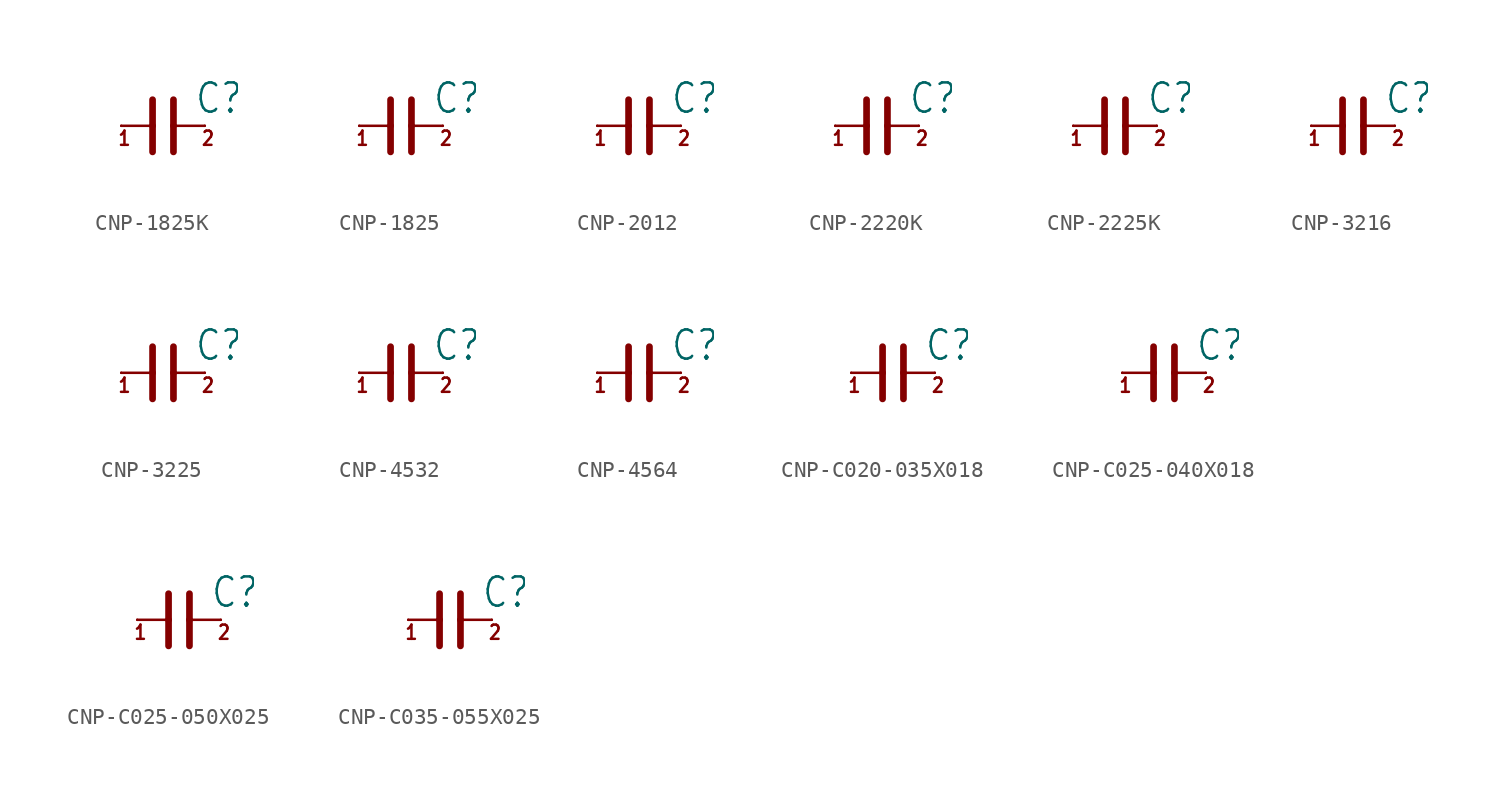
<source format=kicad_sym>
(kicad_symbol_lib
  (version 20220914)
  (generator kicad_symbol_editor)
  (symbol "CNP-1825K"
    (property "Reference" "C"
      (at 1.905 0.635 0)
      (effects (font (size 1.778 1.511)) (justify left bottom)))
    (property "Value" ""
      (at -5.08 -4.128 0)
      (effects (font (size 1.778 1.511)) (justify left bottom)))
    (property "ki_locked" ""
      (at 0 0 0)
      (effects (font (size 1.27 1.27))))
    (symbol "CNP-1825K_1_0"
      (polyline (pts (xy -2.54 0) (xy -0.635 0)) (stroke (width 0.152) (type solid)) (fill (type none)))
      (polyline (pts (xy -0.635 0) (xy -0.635 -1.587)) (stroke (width 0.406) (type solid)) (fill (type none)))
      (polyline (pts (xy -0.635 1.587) (xy -0.635 0)) (stroke (width 0.406) (type solid)) (fill (type none)))
      (polyline (pts (xy 0.635 0) (xy 0.635 -1.587)) (stroke (width 0.406) (type solid)) (fill (type none)))
      (polyline (pts (xy 0.635 1.587) (xy 0.635 0)) (stroke (width 0.406) (type solid)) (fill (type none)))
      (polyline (pts (xy 2.54 0) (xy 0.635 0)) (stroke (width 0.152) (type solid)) (fill (type none)))
      (text "1" (at -2.794 -1.27 0) (effects (font (size 0.864 0.734)) (justify left bottom)))
      (text "2" (at 2.286 -1.27 0) (effects (font (size 0.864 0.734)) (justify left bottom)))
      (pin passive line (at -2.54 0 0) (length 0) (name "1" (effects (font (size 0 0)))) (number "1" (effects (font (size 0 0)))))
      (pin passive line (at 2.54 0 180) (length 0) (name "2" (effects (font (size 0 0)))) (number "2" (effects (font (size 0 0)))))))
  (symbol "CNP-1825"
    (property "Reference" "C"
      (at 1.905 0.635 0)
      (effects (font (size 1.778 1.511)) (justify left bottom)))
    (property "Value" ""
      (at -5.08 -4.128 0)
      (effects (font (size 1.778 1.511)) (justify left bottom)))
    (property "ki_locked" ""
      (at 0 0 0)
      (effects (font (size 1.27 1.27))))
    (symbol "CNP-1825_1_0"
      (polyline (pts (xy -2.54 0) (xy -0.635 0)) (stroke (width 0.152) (type solid)) (fill (type none)))
      (polyline (pts (xy -0.635 0) (xy -0.635 -1.587)) (stroke (width 0.406) (type solid)) (fill (type none)))
      (polyline (pts (xy -0.635 1.587) (xy -0.635 0)) (stroke (width 0.406) (type solid)) (fill (type none)))
      (polyline (pts (xy 0.635 0) (xy 0.635 -1.587)) (stroke (width 0.406) (type solid)) (fill (type none)))
      (polyline (pts (xy 0.635 1.587) (xy 0.635 0)) (stroke (width 0.406) (type solid)) (fill (type none)))
      (polyline (pts (xy 2.54 0) (xy 0.635 0)) (stroke (width 0.152) (type solid)) (fill (type none)))
      (text "1" (at -2.794 -1.27 0) (effects (font (size 0.864 0.734)) (justify left bottom)))
      (text "2" (at 2.286 -1.27 0) (effects (font (size 0.864 0.734)) (justify left bottom)))
      (pin passive line (at -2.54 0 0) (length 0) (name "1" (effects (font (size 0 0)))) (number "1" (effects (font (size 0 0)))))
      (pin passive line (at 2.54 0 180) (length 0) (name "2" (effects (font (size 0 0)))) (number "2" (effects (font (size 0 0)))))))
  (symbol "CNP-2012"
    (property "Reference" "C"
      (at 1.905 0.635 0)
      (effects (font (size 1.778 1.511)) (justify left bottom)))
    (property "Value" ""
      (at -5.08 -4.128 0)
      (effects (font (size 1.778 1.511)) (justify left bottom)))
    (property "ki_locked" ""
      (at 0 0 0)
      (effects (font (size 1.27 1.27))))
    (symbol "CNP-2012_1_0"
      (polyline (pts (xy -2.54 0) (xy -0.635 0)) (stroke (width 0.152) (type solid)) (fill (type none)))
      (polyline (pts (xy -0.635 0) (xy -0.635 -1.587)) (stroke (width 0.406) (type solid)) (fill (type none)))
      (polyline (pts (xy -0.635 1.587) (xy -0.635 0)) (stroke (width 0.406) (type solid)) (fill (type none)))
      (polyline (pts (xy 0.635 0) (xy 0.635 -1.587)) (stroke (width 0.406) (type solid)) (fill (type none)))
      (polyline (pts (xy 0.635 1.587) (xy 0.635 0)) (stroke (width 0.406) (type solid)) (fill (type none)))
      (polyline (pts (xy 2.54 0) (xy 0.635 0)) (stroke (width 0.152) (type solid)) (fill (type none)))
      (text "1" (at -2.794 -1.27 0) (effects (font (size 0.864 0.734)) (justify left bottom)))
      (text "2" (at 2.286 -1.27 0) (effects (font (size 0.864 0.734)) (justify left bottom)))
      (pin passive line (at -2.54 0 0) (length 0) (name "1" (effects (font (size 0 0)))) (number "1" (effects (font (size 0 0)))))
      (pin passive line (at 2.54 0 180) (length 0) (name "2" (effects (font (size 0 0)))) (number "2" (effects (font (size 0 0)))))))
  (symbol "CNP-2220K"
    (property "Reference" "C"
      (at 1.905 0.635 0)
      (effects (font (size 1.778 1.511)) (justify left bottom)))
    (property "Value" ""
      (at -5.08 -4.128 0)
      (effects (font (size 1.778 1.511)) (justify left bottom)))
    (property "ki_locked" ""
      (at 0 0 0)
      (effects (font (size 1.27 1.27))))
    (symbol "CNP-2220K_1_0"
      (polyline (pts (xy -2.54 0) (xy -0.635 0)) (stroke (width 0.152) (type solid)) (fill (type none)))
      (polyline (pts (xy -0.635 0) (xy -0.635 -1.587)) (stroke (width 0.406) (type solid)) (fill (type none)))
      (polyline (pts (xy -0.635 1.587) (xy -0.635 0)) (stroke (width 0.406) (type solid)) (fill (type none)))
      (polyline (pts (xy 0.635 0) (xy 0.635 -1.587)) (stroke (width 0.406) (type solid)) (fill (type none)))
      (polyline (pts (xy 0.635 1.587) (xy 0.635 0)) (stroke (width 0.406) (type solid)) (fill (type none)))
      (polyline (pts (xy 2.54 0) (xy 0.635 0)) (stroke (width 0.152) (type solid)) (fill (type none)))
      (text "1" (at -2.794 -1.27 0) (effects (font (size 0.864 0.734)) (justify left bottom)))
      (text "2" (at 2.286 -1.27 0) (effects (font (size 0.864 0.734)) (justify left bottom)))
      (pin passive line (at -2.54 0 0) (length 0) (name "1" (effects (font (size 0 0)))) (number "1" (effects (font (size 0 0)))))
      (pin passive line (at 2.54 0 180) (length 0) (name "2" (effects (font (size 0 0)))) (number "2" (effects (font (size 0 0)))))))
  (symbol "CNP-2225K"
    (property "Reference" "C"
      (at 1.905 0.635 0)
      (effects (font (size 1.778 1.511)) (justify left bottom)))
    (property "Value" ""
      (at -5.08 -4.128 0)
      (effects (font (size 1.778 1.511)) (justify left bottom)))
    (property "ki_locked" ""
      (at 0 0 0)
      (effects (font (size 1.27 1.27))))
    (symbol "CNP-2225K_1_0"
      (polyline (pts (xy -2.54 0) (xy -0.635 0)) (stroke (width 0.152) (type solid)) (fill (type none)))
      (polyline (pts (xy -0.635 0) (xy -0.635 -1.587)) (stroke (width 0.406) (type solid)) (fill (type none)))
      (polyline (pts (xy -0.635 1.587) (xy -0.635 0)) (stroke (width 0.406) (type solid)) (fill (type none)))
      (polyline (pts (xy 0.635 0) (xy 0.635 -1.587)) (stroke (width 0.406) (type solid)) (fill (type none)))
      (polyline (pts (xy 0.635 1.587) (xy 0.635 0)) (stroke (width 0.406) (type solid)) (fill (type none)))
      (polyline (pts (xy 2.54 0) (xy 0.635 0)) (stroke (width 0.152) (type solid)) (fill (type none)))
      (text "1" (at -2.794 -1.27 0) (effects (font (size 0.864 0.734)) (justify left bottom)))
      (text "2" (at 2.286 -1.27 0) (effects (font (size 0.864 0.734)) (justify left bottom)))
      (pin passive line (at -2.54 0 0) (length 0) (name "1" (effects (font (size 0 0)))) (number "1" (effects (font (size 0 0)))))
      (pin passive line (at 2.54 0 180) (length 0) (name "2" (effects (font (size 0 0)))) (number "2" (effects (font (size 0 0)))))))
  (symbol "CNP-3216"
    (property "Reference" "C"
      (at 1.905 0.635 0)
      (effects (font (size 1.778 1.511)) (justify left bottom)))
    (property "Value" ""
      (at -5.08 -4.128 0)
      (effects (font (size 1.778 1.511)) (justify left bottom)))
    (property "ki_locked" ""
      (at 0 0 0)
      (effects (font (size 1.27 1.27))))
    (symbol "CNP-3216_1_0"
      (polyline (pts (xy -2.54 0) (xy -0.635 0)) (stroke (width 0.152) (type solid)) (fill (type none)))
      (polyline (pts (xy -0.635 0) (xy -0.635 -1.587)) (stroke (width 0.406) (type solid)) (fill (type none)))
      (polyline (pts (xy -0.635 1.587) (xy -0.635 0)) (stroke (width 0.406) (type solid)) (fill (type none)))
      (polyline (pts (xy 0.635 0) (xy 0.635 -1.587)) (stroke (width 0.406) (type solid)) (fill (type none)))
      (polyline (pts (xy 0.635 1.587) (xy 0.635 0)) (stroke (width 0.406) (type solid)) (fill (type none)))
      (polyline (pts (xy 2.54 0) (xy 0.635 0)) (stroke (width 0.152) (type solid)) (fill (type none)))
      (text "1" (at -2.794 -1.27 0) (effects (font (size 0.864 0.734)) (justify left bottom)))
      (text "2" (at 2.286 -1.27 0) (effects (font (size 0.864 0.734)) (justify left bottom)))
      (pin passive line (at -2.54 0 0) (length 0) (name "1" (effects (font (size 0 0)))) (number "1" (effects (font (size 0 0)))))
      (pin passive line (at 2.54 0 180) (length 0) (name "2" (effects (font (size 0 0)))) (number "2" (effects (font (size 0 0)))))))
  (symbol "CNP-3225"
    (property "Reference" "C"
      (at 1.905 0.635 0)
      (effects (font (size 1.778 1.511)) (justify left bottom)))
    (property "Value" ""
      (at -5.08 -4.128 0)
      (effects (font (size 1.778 1.511)) (justify left bottom)))
    (property "ki_locked" ""
      (at 0 0 0)
      (effects (font (size 1.27 1.27))))
    (symbol "CNP-3225_1_0"
      (polyline (pts (xy -2.54 0) (xy -0.635 0)) (stroke (width 0.152) (type solid)) (fill (type none)))
      (polyline (pts (xy -0.635 0) (xy -0.635 -1.587)) (stroke (width 0.406) (type solid)) (fill (type none)))
      (polyline (pts (xy -0.635 1.587) (xy -0.635 0)) (stroke (width 0.406) (type solid)) (fill (type none)))
      (polyline (pts (xy 0.635 0) (xy 0.635 -1.587)) (stroke (width 0.406) (type solid)) (fill (type none)))
      (polyline (pts (xy 0.635 1.587) (xy 0.635 0)) (stroke (width 0.406) (type solid)) (fill (type none)))
      (polyline (pts (xy 2.54 0) (xy 0.635 0)) (stroke (width 0.152) (type solid)) (fill (type none)))
      (text "1" (at -2.794 -1.27 0) (effects (font (size 0.864 0.734)) (justify left bottom)))
      (text "2" (at 2.286 -1.27 0) (effects (font (size 0.864 0.734)) (justify left bottom)))
      (pin passive line (at -2.54 0 0) (length 0) (name "1" (effects (font (size 0 0)))) (number "1" (effects (font (size 0 0)))))
      (pin passive line (at 2.54 0 180) (length 0) (name "2" (effects (font (size 0 0)))) (number "2" (effects (font (size 0 0)))))))
  (symbol "CNP-4532"
    (property "Reference" "C"
      (at 1.905 0.635 0)
      (effects (font (size 1.778 1.511)) (justify left bottom)))
    (property "Value" ""
      (at -5.08 -4.128 0)
      (effects (font (size 1.778 1.511)) (justify left bottom)))
    (property "ki_locked" ""
      (at 0 0 0)
      (effects (font (size 1.27 1.27))))
    (symbol "CNP-4532_1_0"
      (polyline (pts (xy -2.54 0) (xy -0.635 0)) (stroke (width 0.152) (type solid)) (fill (type none)))
      (polyline (pts (xy -0.635 0) (xy -0.635 -1.587)) (stroke (width 0.406) (type solid)) (fill (type none)))
      (polyline (pts (xy -0.635 1.587) (xy -0.635 0)) (stroke (width 0.406) (type solid)) (fill (type none)))
      (polyline (pts (xy 0.635 0) (xy 0.635 -1.587)) (stroke (width 0.406) (type solid)) (fill (type none)))
      (polyline (pts (xy 0.635 1.587) (xy 0.635 0)) (stroke (width 0.406) (type solid)) (fill (type none)))
      (polyline (pts (xy 2.54 0) (xy 0.635 0)) (stroke (width 0.152) (type solid)) (fill (type none)))
      (text "1" (at -2.794 -1.27 0) (effects (font (size 0.864 0.734)) (justify left bottom)))
      (text "2" (at 2.286 -1.27 0) (effects (font (size 0.864 0.734)) (justify left bottom)))
      (pin passive line (at -2.54 0 0) (length 0) (name "1" (effects (font (size 0 0)))) (number "1" (effects (font (size 0 0)))))
      (pin passive line (at 2.54 0 180) (length 0) (name "2" (effects (font (size 0 0)))) (number "2" (effects (font (size 0 0)))))))
  (symbol "CNP-4564"
    (property "Reference" "C"
      (at 1.905 0.635 0)
      (effects (font (size 1.778 1.511)) (justify left bottom)))
    (property "Value" ""
      (at -5.08 -4.128 0)
      (effects (font (size 1.778 1.511)) (justify left bottom)))
    (property "ki_locked" ""
      (at 0 0 0)
      (effects (font (size 1.27 1.27))))
    (symbol "CNP-4564_1_0"
      (polyline (pts (xy -2.54 0) (xy -0.635 0)) (stroke (width 0.152) (type solid)) (fill (type none)))
      (polyline (pts (xy -0.635 0) (xy -0.635 -1.587)) (stroke (width 0.406) (type solid)) (fill (type none)))
      (polyline (pts (xy -0.635 1.587) (xy -0.635 0)) (stroke (width 0.406) (type solid)) (fill (type none)))
      (polyline (pts (xy 0.635 0) (xy 0.635 -1.587)) (stroke (width 0.406) (type solid)) (fill (type none)))
      (polyline (pts (xy 0.635 1.587) (xy 0.635 0)) (stroke (width 0.406) (type solid)) (fill (type none)))
      (polyline (pts (xy 2.54 0) (xy 0.635 0)) (stroke (width 0.152) (type solid)) (fill (type none)))
      (text "1" (at -2.794 -1.27 0) (effects (font (size 0.864 0.734)) (justify left bottom)))
      (text "2" (at 2.286 -1.27 0) (effects (font (size 0.864 0.734)) (justify left bottom)))
      (pin passive line (at -2.54 0 0) (length 0) (name "1" (effects (font (size 0 0)))) (number "1" (effects (font (size 0 0)))))
      (pin passive line (at 2.54 0 180) (length 0) (name "2" (effects (font (size 0 0)))) (number "2" (effects (font (size 0 0)))))))
  (symbol "CNP-C020-035X018"
    (property "Reference" "C"
      (at 1.905 0.635 0)
      (effects (font (size 1.778 1.511)) (justify left bottom)))
    (property "Value" ""
      (at -5.08 -4.128 0)
      (effects (font (size 1.778 1.511)) (justify left bottom)))
    (property "ki_locked" ""
      (at 0 0 0)
      (effects (font (size 1.27 1.27))))
    (symbol "CNP-C020-035X018_1_0"
      (polyline (pts (xy -2.54 0) (xy -0.635 0)) (stroke (width 0.152) (type solid)) (fill (type none)))
      (polyline (pts (xy -0.635 0) (xy -0.635 -1.587)) (stroke (width 0.406) (type solid)) (fill (type none)))
      (polyline (pts (xy -0.635 1.587) (xy -0.635 0)) (stroke (width 0.406) (type solid)) (fill (type none)))
      (polyline (pts (xy 0.635 0) (xy 0.635 -1.587)) (stroke (width 0.406) (type solid)) (fill (type none)))
      (polyline (pts (xy 0.635 1.587) (xy 0.635 0)) (stroke (width 0.406) (type solid)) (fill (type none)))
      (polyline (pts (xy 2.54 0) (xy 0.635 0)) (stroke (width 0.152) (type solid)) (fill (type none)))
      (text "1" (at -2.794 -1.27 0) (effects (font (size 0.864 0.734)) (justify left bottom)))
      (text "2" (at 2.286 -1.27 0) (effects (font (size 0.864 0.734)) (justify left bottom)))
      (pin passive line (at -2.54 0 0) (length 0) (name "1" (effects (font (size 0 0)))) (number "1" (effects (font (size 0 0)))))
      (pin passive line (at 2.54 0 180) (length 0) (name "2" (effects (font (size 0 0)))) (number "2" (effects (font (size 0 0)))))))
  (symbol "CNP-C025-040X018"
    (property "Reference" "C"
      (at 1.905 0.635 0)
      (effects (font (size 1.778 1.511)) (justify left bottom)))
    (property "Value" ""
      (at -5.08 -4.128 0)
      (effects (font (size 1.778 1.511)) (justify left bottom)))
    (property "ki_locked" ""
      (at 0 0 0)
      (effects (font (size 1.27 1.27))))
    (symbol "CNP-C025-040X018_1_0"
      (polyline (pts (xy -2.54 0) (xy -0.635 0)) (stroke (width 0.152) (type solid)) (fill (type none)))
      (polyline (pts (xy -0.635 0) (xy -0.635 -1.587)) (stroke (width 0.406) (type solid)) (fill (type none)))
      (polyline (pts (xy -0.635 1.587) (xy -0.635 0)) (stroke (width 0.406) (type solid)) (fill (type none)))
      (polyline (pts (xy 0.635 0) (xy 0.635 -1.587)) (stroke (width 0.406) (type solid)) (fill (type none)))
      (polyline (pts (xy 0.635 1.587) (xy 0.635 0)) (stroke (width 0.406) (type solid)) (fill (type none)))
      (polyline (pts (xy 2.54 0) (xy 0.635 0)) (stroke (width 0.152) (type solid)) (fill (type none)))
      (text "1" (at -2.794 -1.27 0) (effects (font (size 0.864 0.734)) (justify left bottom)))
      (text "2" (at 2.286 -1.27 0) (effects (font (size 0.864 0.734)) (justify left bottom)))
      (pin passive line (at -2.54 0 0) (length 0) (name "1" (effects (font (size 0 0)))) (number "1" (effects (font (size 0 0)))))
      (pin passive line (at 2.54 0 180) (length 0) (name "2" (effects (font (size 0 0)))) (number "2" (effects (font (size 0 0)))))))
  (symbol "CNP-C025-050X025"
    (property "Reference" "C"
      (at 1.905 0.635 0)
      (effects (font (size 1.778 1.511)) (justify left bottom)))
    (property "Value" ""
      (at -5.08 -4.128 0)
      (effects (font (size 1.778 1.511)) (justify left bottom)))
    (property "ki_locked" ""
      (at 0 0 0)
      (effects (font (size 1.27 1.27))))
    (symbol "CNP-C025-050X025_1_0"
      (polyline (pts (xy -2.54 0) (xy -0.635 0)) (stroke (width 0.152) (type solid)) (fill (type none)))
      (polyline (pts (xy -0.635 0) (xy -0.635 -1.587)) (stroke (width 0.406) (type solid)) (fill (type none)))
      (polyline (pts (xy -0.635 1.587) (xy -0.635 0)) (stroke (width 0.406) (type solid)) (fill (type none)))
      (polyline (pts (xy 0.635 0) (xy 0.635 -1.587)) (stroke (width 0.406) (type solid)) (fill (type none)))
      (polyline (pts (xy 0.635 1.587) (xy 0.635 0)) (stroke (width 0.406) (type solid)) (fill (type none)))
      (polyline (pts (xy 2.54 0) (xy 0.635 0)) (stroke (width 0.152) (type solid)) (fill (type none)))
      (text "1" (at -2.794 -1.27 0) (effects (font (size 0.864 0.734)) (justify left bottom)))
      (text "2" (at 2.286 -1.27 0) (effects (font (size 0.864 0.734)) (justify left bottom)))
      (pin passive line (at -2.54 0 0) (length 0) (name "1" (effects (font (size 0 0)))) (number "1" (effects (font (size 0 0)))))
      (pin passive line (at 2.54 0 180) (length 0) (name "2" (effects (font (size 0 0)))) (number "2" (effects (font (size 0 0)))))))
  (symbol "CNP-C035-055X025"
    (property "Reference" "C"
      (at 1.905 0.635 0)
      (effects (font (size 1.778 1.511)) (justify left bottom)))
    (property "Value" ""
      (at -5.08 -4.128 0)
      (effects (font (size 1.778 1.511)) (justify left bottom)))
    (property "ki_locked" ""
      (at 0 0 0)
      (effects (font (size 1.27 1.27))))
    (symbol "CNP-C035-055X025_1_0"
      (polyline (pts (xy -2.54 0) (xy -0.635 0)) (stroke (width 0.152) (type solid)) (fill (type none)))
      (polyline (pts (xy -0.635 0) (xy -0.635 -1.587)) (stroke (width 0.406) (type solid)) (fill (type none)))
      (polyline (pts (xy -0.635 1.587) (xy -0.635 0)) (stroke (width 0.406) (type solid)) (fill (type none)))
      (polyline (pts (xy 0.635 0) (xy 0.635 -1.587)) (stroke (width 0.406) (type solid)) (fill (type none)))
      (polyline (pts (xy 0.635 1.587) (xy 0.635 0)) (stroke (width 0.406) (type solid)) (fill (type none)))
      (polyline (pts (xy 2.54 0) (xy 0.635 0)) (stroke (width 0.152) (type solid)) (fill (type none)))
      (text "1" (at -2.794 -1.27 0) (effects (font (size 0.864 0.734)) (justify left bottom)))
      (text "2" (at 2.286 -1.27 0) (effects (font (size 0.864 0.734)) (justify left bottom)))
      (pin passive line (at -2.54 0 0) (length 0) (name "1" (effects (font (size 0 0)))) (number "1" (effects (font (size 0 0)))))
      (pin passive line (at 2.54 0 180) (length 0) (name "2" (effects (font (size 0 0)))) (number "2" (effects (font (size 0 0))))))))
</source>
